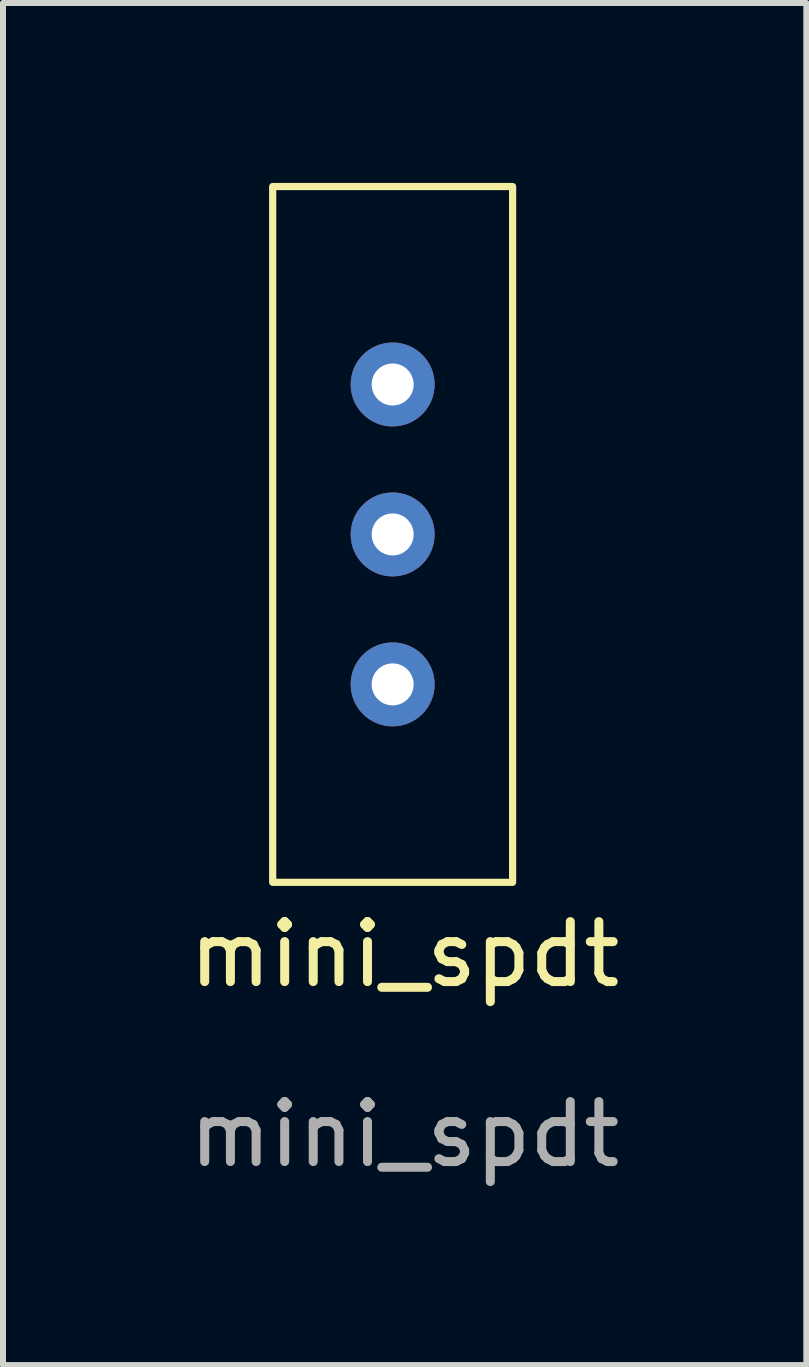
<source format=kicad_pcb>
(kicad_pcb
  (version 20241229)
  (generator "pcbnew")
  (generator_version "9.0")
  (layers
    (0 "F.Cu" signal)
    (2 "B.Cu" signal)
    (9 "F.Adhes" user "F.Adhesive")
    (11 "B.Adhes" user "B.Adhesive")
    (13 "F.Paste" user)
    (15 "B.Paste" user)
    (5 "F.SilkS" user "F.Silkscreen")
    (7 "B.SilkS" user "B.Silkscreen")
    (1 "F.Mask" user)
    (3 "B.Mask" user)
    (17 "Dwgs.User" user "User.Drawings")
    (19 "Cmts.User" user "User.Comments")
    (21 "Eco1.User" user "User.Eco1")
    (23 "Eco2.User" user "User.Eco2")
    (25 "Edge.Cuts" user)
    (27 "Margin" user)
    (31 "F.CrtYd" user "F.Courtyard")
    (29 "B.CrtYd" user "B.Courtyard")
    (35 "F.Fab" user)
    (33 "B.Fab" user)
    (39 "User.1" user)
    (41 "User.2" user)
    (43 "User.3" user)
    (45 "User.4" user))
  (footprint "mini_spdt"
    (layer "F.Cu")
    (at 3.696 13.36)
    (property "Reference" "mini_spdt" (at 0 -0.5 0) (unlocked yes) (layer "F.SilkS") (effects (font (size 1 1) (thickness 0.15))))
    (attr through_hole)
    (fp_rect (start -2.2 -13.3) (end 1.8 -1.7) (stroke (width 0.12) (type solid)) (fill no) (layer "F.SilkS"))
    (fp_text user "${REFERENCE}" (at 0 2.5 0) (unlocked yes) (layer "F.Fab") (effects (font (size 1 1) (thickness 0.15))))
    (pad "1" thru_hole circle (at -0.2 -10) (size 1.4 1.4) (drill 0.7) (layers "*.Cu" "*.Mask"))
    (pad "2" thru_hole circle (at -0.2 -7.5) (size 1.4 1.4) (drill 0.7) (layers "*.Cu" "*.Mask"))
    (pad "3" thru_hole circle (at -0.2 -5) (size 1.4 1.4) (drill 0.7) (layers "*.Cu" "*.Mask")))
  (gr_rect
    (start -3 -3)
    (end 10.393 19.708)
    (stroke (width 0.1) (type default))
    (fill no)
    (layer "Edge.Cuts")))
</source>
